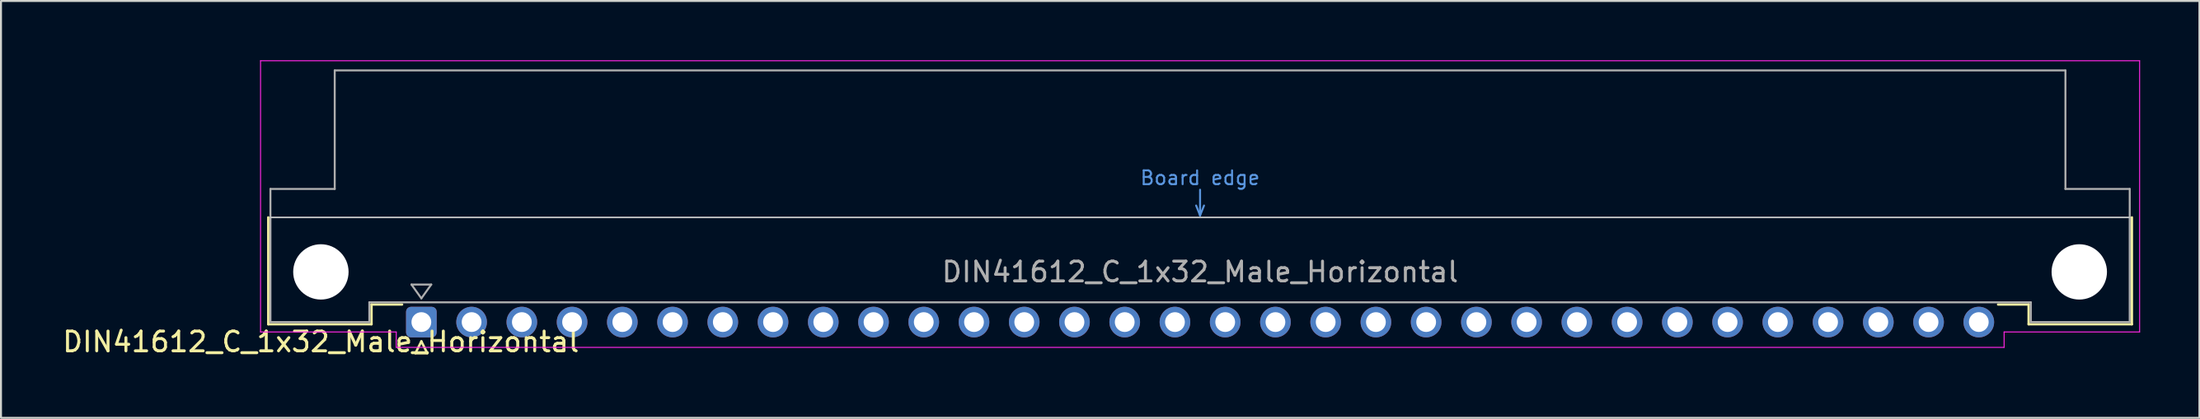
<source format=kicad_pcb>
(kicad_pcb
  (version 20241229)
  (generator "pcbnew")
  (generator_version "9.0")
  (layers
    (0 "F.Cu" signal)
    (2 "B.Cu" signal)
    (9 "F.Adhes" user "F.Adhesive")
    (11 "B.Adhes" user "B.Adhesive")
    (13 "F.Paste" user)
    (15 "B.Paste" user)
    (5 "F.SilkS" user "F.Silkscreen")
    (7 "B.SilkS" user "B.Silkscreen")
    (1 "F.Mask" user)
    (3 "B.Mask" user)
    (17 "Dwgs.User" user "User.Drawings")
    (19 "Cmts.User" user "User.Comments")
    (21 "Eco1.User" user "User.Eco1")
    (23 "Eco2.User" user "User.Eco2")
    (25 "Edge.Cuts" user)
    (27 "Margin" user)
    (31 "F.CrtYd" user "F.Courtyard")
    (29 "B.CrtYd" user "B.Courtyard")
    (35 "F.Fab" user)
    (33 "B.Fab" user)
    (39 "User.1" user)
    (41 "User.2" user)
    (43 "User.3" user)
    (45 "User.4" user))
  (footprint "DIN41612_C_1x32_Male_Horizontal"
    (layer "F.Cu")
    (at 18.253 13.255)
    (property "Reference" "DIN41612_C_1x32_Male_Horizontal" (at -5.08 1 0) (layer "F.SilkS") (effects (font (size 1 1) (thickness 0.15))))
    (attr through_hole)
    (fp_line (start -7.74 -5.3) (end -7.74 0.11) (stroke (width 0.12) (type solid)) (layer "F.SilkS"))
    (fp_line (start -7.74 0.11) (end -2.52 0.11) (stroke (width 0.12) (type solid)) (layer "F.SilkS"))
    (fp_line (start -2.52 -0.89) (end -0.975 -0.89) (stroke (width 0.12) (type solid)) (layer "F.SilkS"))
    (fp_line (start -2.52 0.11) (end -2.52 -0.89) (stroke (width 0.12) (type solid)) (layer "F.SilkS"))
    (fp_line (start -0.3 1.575) (end 0.3 1.575) (stroke (width 0.12) (type solid)) (layer "F.SilkS"))
    (fp_line (start 0 0.975) (end -0.3 1.575) (stroke (width 0.12) (type solid)) (layer "F.SilkS"))
    (fp_line (start 0.3 1.575) (end 0 0.975) (stroke (width 0.12) (type solid)) (layer "F.SilkS"))
    (fp_line (start 81.26 -0.89) (end 79.715 -0.89) (stroke (width 0.12) (type solid)) (layer "F.SilkS"))
    (fp_line (start 81.26 0.11) (end 81.26 -0.89) (stroke (width 0.12) (type solid)) (layer "F.SilkS"))
    (fp_line (start 86.48 -5.3) (end 86.48 0.11) (stroke (width 0.12) (type solid)) (layer "F.SilkS"))
    (fp_line (start 86.48 0.11) (end 81.26 0.11) (stroke (width 0.12) (type solid)) (layer "F.SilkS"))
    (fp_line (start -7.63 -5.3) (end 86.37 -5.3) (stroke (width 0.08) (type solid)) (layer "Dwgs.User"))
    (fp_line (start 39.17 -5.9) (end 39.37 -5.4) (stroke (width 0.1) (type solid)) (layer "Cmts.User"))
    (fp_line (start 39.37 -5.4) (end 39.37 -6.7) (stroke (width 0.1) (type solid)) (layer "Cmts.User"))
    (fp_line (start 39.37 -5.4) (end 39.57 -5.9) (stroke (width 0.1) (type solid)) (layer "Cmts.User"))
    (fp_line (start -8.13 -13.23) (end -8.13 0.5) (stroke (width 0.05) (type solid)) (layer "F.CrtYd"))
    (fp_line (start -8.13 0.5) (end -1.27 0.5) (stroke (width 0.05) (type solid)) (layer "F.CrtYd"))
    (fp_line (start -1.27 0.5) (end -1.27 1.28) (stroke (width 0.05) (type solid)) (layer "F.CrtYd"))
    (fp_line (start -1.27 1.28) (end 80.02 1.28) (stroke (width 0.05) (type solid)) (layer "F.CrtYd"))
    (fp_line (start 80.02 0.5) (end 86.87 0.5) (stroke (width 0.05) (type solid)) (layer "F.CrtYd"))
    (fp_line (start 80.02 1.28) (end 80.02 0.5) (stroke (width 0.05) (type solid)) (layer "F.CrtYd"))
    (fp_line (start 86.87 -13.23) (end -8.13 -13.23) (stroke (width 0.05) (type solid)) (layer "F.CrtYd"))
    (fp_line (start 86.87 0.5) (end 86.87 -13.23) (stroke (width 0.05) (type solid)) (layer "F.CrtYd"))
    (fp_line (start -7.63 -6.74) (end -7.63 0) (stroke (width 0.1) (type solid)) (layer "F.Fab"))
    (fp_line (start -7.63 0) (end -2.63 0) (stroke (width 0.1) (type solid)) (layer "F.Fab"))
    (fp_line (start -4.38 -12.74) (end -4.38 -6.74) (stroke (width 0.1) (type solid)) (layer "F.Fab"))
    (fp_line (start -4.38 -6.74) (end -7.63 -6.74) (stroke (width 0.1) (type solid)) (layer "F.Fab"))
    (fp_line (start -2.63 -1) (end 81.37 -1) (stroke (width 0.1) (type solid)) (layer "F.Fab"))
    (fp_line (start -2.63 0) (end -2.63 -1) (stroke (width 0.1) (type solid)) (layer "F.Fab"))
    (fp_line (start -0.5 -1.9) (end 0.5 -1.9) (stroke (width 0.1) (type solid)) (layer "F.Fab"))
    (fp_line (start 0 -1.2) (end -0.5 -1.9) (stroke (width 0.1) (type solid)) (layer "F.Fab"))
    (fp_line (start 0.5 -1.9) (end 0 -1.2) (stroke (width 0.1) (type solid)) (layer "F.Fab"))
    (fp_line (start 81.37 -1) (end 81.37 0) (stroke (width 0.1) (type solid)) (layer "F.Fab"))
    (fp_line (start 81.37 0) (end 86.37 0) (stroke (width 0.1) (type solid)) (layer "F.Fab"))
    (fp_line (start 83.12 -12.74) (end -4.38 -12.74) (stroke (width 0.1) (type solid)) (layer "F.Fab"))
    (fp_line (start 83.12 -6.74) (end 83.12 -12.74) (stroke (width 0.1) (type solid)) (layer "F.Fab"))
    (fp_line (start 86.37 -6.74) (end 83.12 -6.74) (stroke (width 0.1) (type solid)) (layer "F.Fab"))
    (fp_line (start 86.37 0) (end 86.37 -6.74) (stroke (width 0.1) (type solid)) (layer "F.Fab"))
    (fp_text user "Board edge" (at 39.37 -7.3 0) (layer "Cmts.User") (effects (font (size 0.7 0.7) (thickness 0.1))))
    (fp_text user "${REFERENCE}" (at 39.37 -2.54 0) (layer "F.Fab") (effects (font (size 1 1) (thickness 0.15))))
    (pad "" np_thru_hole circle (at -5.08 -2.54) (size 2.8 2.8) (drill 2.8) (layers "*.Cu" "*.Mask"))
    (pad "" np_thru_hole circle (at 83.82 -2.54) (size 2.8 2.8) (drill 2.8) (layers "*.Cu" "*.Mask"))
    (pad "a1" thru_hole roundrect (at 0 0) (size 1.55 1.55) (drill 1) (layers "*.Cu" "*.Mask") (roundrect_rratio 0.161))
    (pad "a2" thru_hole circle (at 2.54 0) (size 1.55 1.55) (drill 1) (layers "*.Cu" "*.Mask"))
    (pad "a3" thru_hole circle (at 5.08 0) (size 1.55 1.55) (drill 1) (layers "*.Cu" "*.Mask"))
    (pad "a4" thru_hole circle (at 7.62 0) (size 1.55 1.55) (drill 1) (layers "*.Cu" "*.Mask"))
    (pad "a5" thru_hole circle (at 10.16 0) (size 1.55 1.55) (drill 1) (layers "*.Cu" "*.Mask"))
    (pad "a6" thru_hole circle (at 12.7 0) (size 1.55 1.55) (drill 1) (layers "*.Cu" "*.Mask"))
    (pad "a7" thru_hole circle (at 15.24 0) (size 1.55 1.55) (drill 1) (layers "*.Cu" "*.Mask"))
    (pad "a8" thru_hole circle (at 17.78 0) (size 1.55 1.55) (drill 1) (layers "*.Cu" "*.Mask"))
    (pad "a9" thru_hole circle (at 20.32 0) (size 1.55 1.55) (drill 1) (layers "*.Cu" "*.Mask"))
    (pad "a10" thru_hole circle (at 22.86 0) (size 1.55 1.55) (drill 1) (layers "*.Cu" "*.Mask"))
    (pad "a11" thru_hole circle (at 25.4 0) (size 1.55 1.55) (drill 1) (layers "*.Cu" "*.Mask"))
    (pad "a12" thru_hole circle (at 27.94 0) (size 1.55 1.55) (drill 1) (layers "*.Cu" "*.Mask"))
    (pad "a13" thru_hole circle (at 30.48 0) (size 1.55 1.55) (drill 1) (layers "*.Cu" "*.Mask"))
    (pad "a14" thru_hole circle (at 33.02 0) (size 1.55 1.55) (drill 1) (layers "*.Cu" "*.Mask"))
    (pad "a15" thru_hole circle (at 35.56 0) (size 1.55 1.55) (drill 1) (layers "*.Cu" "*.Mask"))
    (pad "a16" thru_hole circle (at 38.1 0) (size 1.55 1.55) (drill 1) (layers "*.Cu" "*.Mask"))
    (pad "a17" thru_hole circle (at 40.64 0) (size 1.55 1.55) (drill 1) (layers "*.Cu" "*.Mask"))
    (pad "a18" thru_hole circle (at 43.18 0) (size 1.55 1.55) (drill 1) (layers "*.Cu" "*.Mask"))
    (pad "a19" thru_hole circle (at 45.72 0) (size 1.55 1.55) (drill 1) (layers "*.Cu" "*.Mask"))
    (pad "a20" thru_hole circle (at 48.26 0) (size 1.55 1.55) (drill 1) (layers "*.Cu" "*.Mask"))
    (pad "a21" thru_hole circle (at 50.8 0) (size 1.55 1.55) (drill 1) (layers "*.Cu" "*.Mask"))
    (pad "a22" thru_hole circle (at 53.34 0) (size 1.55 1.55) (drill 1) (layers "*.Cu" "*.Mask"))
    (pad "a23" thru_hole circle (at 55.88 0) (size 1.55 1.55) (drill 1) (layers "*.Cu" "*.Mask"))
    (pad "a24" thru_hole circle (at 58.42 0) (size 1.55 1.55) (drill 1) (layers "*.Cu" "*.Mask"))
    (pad "a25" thru_hole circle (at 60.96 0) (size 1.55 1.55) (drill 1) (layers "*.Cu" "*.Mask"))
    (pad "a26" thru_hole circle (at 63.5 0) (size 1.55 1.55) (drill 1) (layers "*.Cu" "*.Mask"))
    (pad "a27" thru_hole circle (at 66.04 0) (size 1.55 1.55) (drill 1) (layers "*.Cu" "*.Mask"))
    (pad "a28" thru_hole circle (at 68.58 0) (size 1.55 1.55) (drill 1) (layers "*.Cu" "*.Mask"))
    (pad "a29" thru_hole circle (at 71.12 0) (size 1.55 1.55) (drill 1) (layers "*.Cu" "*.Mask"))
    (pad "a30" thru_hole circle (at 73.66 0) (size 1.55 1.55) (drill 1) (layers "*.Cu" "*.Mask"))
    (pad "a31" thru_hole circle (at 76.2 0) (size 1.55 1.55) (drill 1) (layers "*.Cu" "*.Mask"))
    (pad "a32" thru_hole circle (at 78.74 0) (size 1.55 1.55) (drill 1) (layers "*.Cu" "*.Mask")))
  (gr_rect
    (start -3 -3)
    (end 108.148 18.103)
    (stroke (width 0.1) (type default))
    (fill no)
    (layer "Edge.Cuts")))
</source>
